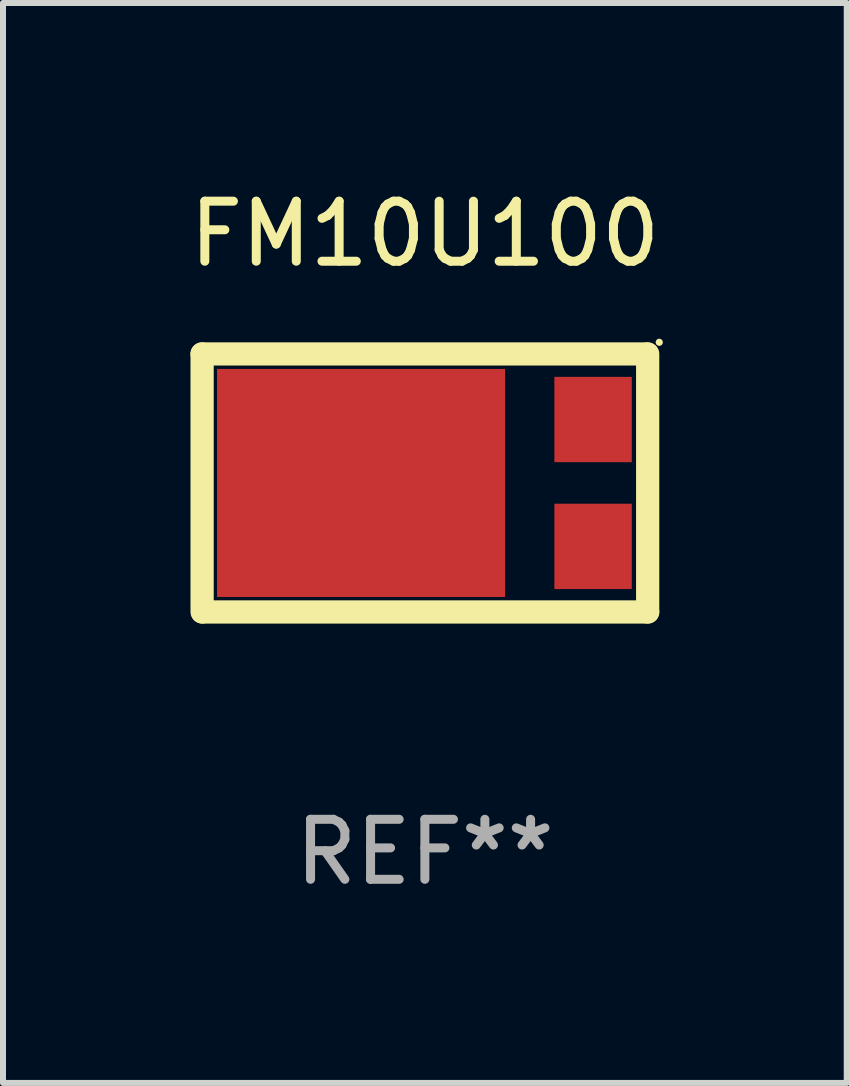
<source format=kicad_pcb>
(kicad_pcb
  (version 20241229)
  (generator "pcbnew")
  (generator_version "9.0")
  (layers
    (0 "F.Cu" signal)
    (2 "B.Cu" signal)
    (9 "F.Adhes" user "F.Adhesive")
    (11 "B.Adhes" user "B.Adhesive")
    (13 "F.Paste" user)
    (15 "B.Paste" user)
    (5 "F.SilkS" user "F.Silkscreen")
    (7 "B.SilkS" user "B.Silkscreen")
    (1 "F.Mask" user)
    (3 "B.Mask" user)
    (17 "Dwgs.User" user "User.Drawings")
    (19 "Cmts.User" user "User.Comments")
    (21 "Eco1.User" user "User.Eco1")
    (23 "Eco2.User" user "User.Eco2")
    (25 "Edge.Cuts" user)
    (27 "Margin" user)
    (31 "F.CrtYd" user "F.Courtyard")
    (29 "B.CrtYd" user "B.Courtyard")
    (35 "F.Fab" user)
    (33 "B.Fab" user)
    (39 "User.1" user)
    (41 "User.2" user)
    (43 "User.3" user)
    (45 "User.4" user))
  (footprint "FM10U100"
    (layer "F.Cu")
    (at 4.03 4.998)
    (property "Reference" "FM10U100" (at 0 -4.15 0) (layer "F.SilkS") (effects (font (size 1 1) (thickness 0.15))))
    (attr through_hole)
    (fp_line (start -3.713 -2.15) (end 3.704 -2.15) (stroke (width 0.387) (type solid)) (layer "F.SilkS"))
    (fp_line (start -3.712 -2.15) (end -3.712 2.15) (stroke (width 0.387) (type solid)) (layer "F.SilkS"))
    (fp_line (start 3.713 -2.15) (end 3.713 2.15) (stroke (width 0.387) (type solid)) (layer "F.SilkS"))
    (fp_line (start 3.713 2.15) (end -3.704 2.15) (stroke (width 0.387) (type solid)) (layer "F.SilkS"))
    (fp_circle (center 3.906 -2.344) (end 3.936 -2.344) (stroke (width 0.06) (type solid)) (fill no) (layer "F.SilkS"))
    (fp_text user "REF**" (at 0 6.15 0) (layer "F.Fab") (effects (font (size 1 1) (thickness 0.15))))
    (pad "1" smd rect (at 2.803 -1.057) (size 1.29 1.422) (layers "F.Cu" "F.Mask" "F.Paste"))
    (pad "2" smd rect (at -1.063 0 90) (size 3.8 4.8) (layers "F.Cu" "F.Mask" "F.Paste"))
    (pad "3" smd rect (at 2.803 1.057) (size 1.29 1.422) (layers "F.Cu" "F.Mask" "F.Paste")))
  (gr_rect
    (start -3 -3)
    (end 11.06 14.996)
    (stroke (width 0.1) (type default))
    (fill no)
    (layer "Edge.Cuts")))
</source>
